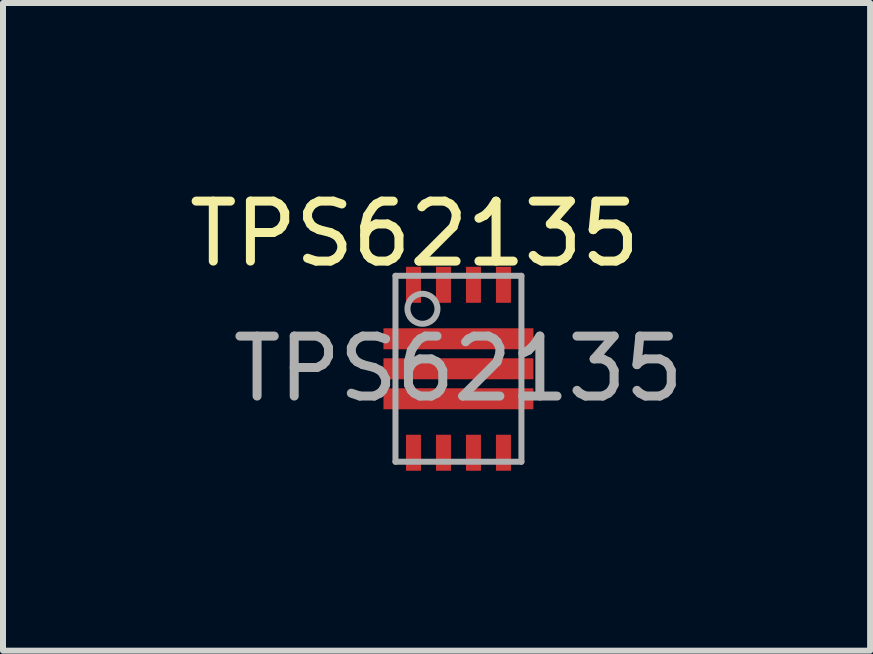
<source format=kicad_pcb>
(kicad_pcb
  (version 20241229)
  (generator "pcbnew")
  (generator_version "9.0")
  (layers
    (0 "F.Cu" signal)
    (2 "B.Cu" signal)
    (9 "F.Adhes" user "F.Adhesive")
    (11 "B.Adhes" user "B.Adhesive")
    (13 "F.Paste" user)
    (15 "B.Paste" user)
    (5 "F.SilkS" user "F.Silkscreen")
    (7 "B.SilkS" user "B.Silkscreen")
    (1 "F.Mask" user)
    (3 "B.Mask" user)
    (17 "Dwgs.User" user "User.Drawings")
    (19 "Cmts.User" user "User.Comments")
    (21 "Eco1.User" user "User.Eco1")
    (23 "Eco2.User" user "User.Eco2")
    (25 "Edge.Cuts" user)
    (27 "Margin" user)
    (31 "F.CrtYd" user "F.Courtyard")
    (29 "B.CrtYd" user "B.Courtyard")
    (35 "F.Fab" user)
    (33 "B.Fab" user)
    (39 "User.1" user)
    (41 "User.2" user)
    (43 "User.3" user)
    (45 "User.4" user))
  (footprint "TPS62135"
    (layer "F.Cu")
    (at 4.593 3.098)
    (property "Reference" "TPS62135" (at -0.73 -2.25 0) (unlocked yes) (layer "F.SilkS") (effects (font (size 1 1) (thickness 0.15))))
    (attr smd)
    (fp_poly (pts (xy -0.53 -0.575) (xy -0.53 -0.425) (xy -0.531 -0.415) (xy -0.534 -0.406) (xy -0.538 -0.397) (xy -0.545 -0.39) (xy -0.552 -0.383) (xy -0.561 -0.379) (xy -0.57 -0.376) (xy -0.58 -0.375) (xy -1.14 -0.375) (xy -1.15 -0.376) (xy -1.159 -0.379) (xy -1.168 -0.383) (xy -1.175 -0.39) (xy -1.182 -0.397) (xy -1.186 -0.406) (xy -1.189 -0.415) (xy -1.19 -0.425) (xy -1.19 -0.575) (xy -1.189 -0.585) (xy -1.186 -0.594) (xy -1.182 -0.603) (xy -1.175 -0.61) (xy -1.168 -0.617) (xy -1.159 -0.621) (xy -1.15 -0.624) (xy -1.14 -0.625) (xy -0.58 -0.625) (xy -0.57 -0.624) (xy -0.561 -0.621) (xy -0.552 -0.617) (xy -0.545 -0.61) (xy -0.538 -0.603) (xy -0.534 -0.594) (xy -0.531 -0.585)) (stroke (width 0) (type solid)) (fill yes) (layer "F.Paste"))
    (fp_poly (pts (xy -0.53 -0.075) (xy -0.53 0.075) (xy -0.531 0.085) (xy -0.534 0.094) (xy -0.538 0.103) (xy -0.545 0.11) (xy -0.552 0.117) (xy -0.561 0.121) (xy -0.57 0.124) (xy -0.58 0.125) (xy -1.14 0.125) (xy -1.15 0.124) (xy -1.159 0.121) (xy -1.168 0.117) (xy -1.175 0.11) (xy -1.182 0.103) (xy -1.186 0.094) (xy -1.189 0.085) (xy -1.19 0.075) (xy -1.19 -0.075) (xy -1.189 -0.085) (xy -1.186 -0.094) (xy -1.182 -0.103) (xy -1.175 -0.11) (xy -1.168 -0.117) (xy -1.159 -0.121) (xy -1.15 -0.124) (xy -1.14 -0.125) (xy -0.58 -0.125) (xy -0.57 -0.124) (xy -0.561 -0.121) (xy -0.552 -0.117) (xy -0.545 -0.11) (xy -0.538 -0.103) (xy -0.534 -0.094) (xy -0.531 -0.085)) (stroke (width 0) (type solid)) (fill yes) (layer "F.Paste"))
    (fp_poly (pts (xy -0.53 0.425) (xy -0.53 0.575) (xy -0.531 0.585) (xy -0.534 0.594) (xy -0.538 0.603) (xy -0.545 0.61) (xy -0.552 0.617) (xy -0.561 0.621) (xy -0.57 0.624) (xy -0.58 0.625) (xy -1.14 0.625) (xy -1.15 0.624) (xy -1.159 0.621) (xy -1.168 0.617) (xy -1.175 0.61) (xy -1.182 0.603) (xy -1.186 0.594) (xy -1.189 0.585) (xy -1.19 0.575) (xy -1.19 0.425) (xy -1.189 0.415) (xy -1.186 0.406) (xy -1.182 0.397) (xy -1.175 0.39) (xy -1.168 0.383) (xy -1.159 0.379) (xy -1.15 0.376) (xy -1.14 0.375) (xy -0.58 0.375) (xy -0.57 0.376) (xy -0.561 0.379) (xy -0.552 0.383) (xy -0.545 0.39) (xy -0.538 0.397) (xy -0.534 0.406) (xy -0.531 0.415)) (stroke (width 0) (type solid)) (fill yes) (layer "F.Paste"))
    (fp_poly (pts (xy 0.33 -0.575) (xy 0.33 -0.425) (xy 0.329 -0.415) (xy 0.326 -0.406) (xy 0.322 -0.397) (xy 0.315 -0.39) (xy 0.308 -0.383) (xy 0.299 -0.379) (xy 0.29 -0.376) (xy 0.28 -0.375) (xy -0.28 -0.375) (xy -0.29 -0.376) (xy -0.299 -0.379) (xy -0.308 -0.383) (xy -0.315 -0.39) (xy -0.322 -0.397) (xy -0.326 -0.406) (xy -0.329 -0.415) (xy -0.33 -0.425) (xy -0.33 -0.575) (xy -0.329 -0.585) (xy -0.326 -0.594) (xy -0.322 -0.603) (xy -0.315 -0.61) (xy -0.308 -0.617) (xy -0.299 -0.621) (xy -0.29 -0.624) (xy -0.28 -0.625) (xy 0.28 -0.625) (xy 0.29 -0.624) (xy 0.299 -0.621) (xy 0.308 -0.617) (xy 0.315 -0.61) (xy 0.322 -0.603) (xy 0.326 -0.594) (xy 0.329 -0.585)) (stroke (width 0) (type solid)) (fill yes) (layer "F.Paste"))
    (fp_poly (pts (xy 0.33 -0.075) (xy 0.33 0.075) (xy 0.329 0.085) (xy 0.326 0.094) (xy 0.322 0.103) (xy 0.315 0.11) (xy 0.308 0.117) (xy 0.299 0.121) (xy 0.29 0.124) (xy 0.28 0.125) (xy -0.28 0.125) (xy -0.29 0.124) (xy -0.299 0.121) (xy -0.308 0.117) (xy -0.315 0.11) (xy -0.322 0.103) (xy -0.326 0.094) (xy -0.329 0.085) (xy -0.33 0.075) (xy -0.33 -0.075) (xy -0.329 -0.085) (xy -0.326 -0.094) (xy -0.322 -0.103) (xy -0.315 -0.11) (xy -0.308 -0.117) (xy -0.299 -0.121) (xy -0.29 -0.124) (xy -0.28 -0.125) (xy 0.28 -0.125) (xy 0.29 -0.124) (xy 0.299 -0.121) (xy 0.308 -0.117) (xy 0.315 -0.11) (xy 0.322 -0.103) (xy 0.326 -0.094) (xy 0.329 -0.085)) (stroke (width 0) (type solid)) (fill yes) (layer "F.Paste"))
    (fp_poly (pts (xy 0.33 0.425) (xy 0.33 0.575) (xy 0.329 0.585) (xy 0.326 0.594) (xy 0.322 0.603) (xy 0.315 0.61) (xy 0.308 0.617) (xy 0.299 0.621) (xy 0.29 0.624) (xy 0.28 0.625) (xy -0.28 0.625) (xy -0.29 0.624) (xy -0.299 0.621) (xy -0.308 0.617) (xy -0.315 0.61) (xy -0.322 0.603) (xy -0.326 0.594) (xy -0.329 0.585) (xy -0.33 0.575) (xy -0.33 0.425) (xy -0.329 0.415) (xy -0.326 0.406) (xy -0.322 0.397) (xy -0.315 0.39) (xy -0.308 0.383) (xy -0.299 0.379) (xy -0.29 0.376) (xy -0.28 0.375) (xy 0.28 0.375) (xy 0.29 0.376) (xy 0.299 0.379) (xy 0.308 0.383) (xy 0.315 0.39) (xy 0.322 0.397) (xy 0.326 0.406) (xy 0.329 0.415)) (stroke (width 0) (type solid)) (fill yes) (layer "F.Paste"))
    (fp_poly (pts (xy 0.53 -0.425) (xy 0.53 -0.575) (xy 0.531 -0.585) (xy 0.534 -0.594) (xy 0.538 -0.603) (xy 0.545 -0.61) (xy 0.552 -0.617) (xy 0.561 -0.621) (xy 0.57 -0.624) (xy 0.58 -0.625) (xy 1.14 -0.625) (xy 1.15 -0.624) (xy 1.159 -0.621) (xy 1.168 -0.617) (xy 1.175 -0.61) (xy 1.182 -0.603) (xy 1.186 -0.594) (xy 1.189 -0.585) (xy 1.19 -0.575) (xy 1.19 -0.425) (xy 1.189 -0.415) (xy 1.186 -0.406) (xy 1.182 -0.397) (xy 1.175 -0.39) (xy 1.168 -0.383) (xy 1.159 -0.379) (xy 1.15 -0.376) (xy 1.14 -0.375) (xy 0.58 -0.375) (xy 0.57 -0.376) (xy 0.561 -0.379) (xy 0.552 -0.383) (xy 0.545 -0.39) (xy 0.538 -0.397) (xy 0.534 -0.406) (xy 0.531 -0.415)) (stroke (width 0) (type solid)) (fill yes) (layer "F.Paste"))
    (fp_poly (pts (xy 0.53 0.075) (xy 0.53 -0.075) (xy 0.531 -0.085) (xy 0.534 -0.094) (xy 0.538 -0.103) (xy 0.545 -0.11) (xy 0.552 -0.117) (xy 0.561 -0.121) (xy 0.57 -0.124) (xy 0.58 -0.125) (xy 1.14 -0.125) (xy 1.15 -0.124) (xy 1.159 -0.121) (xy 1.168 -0.117) (xy 1.175 -0.11) (xy 1.182 -0.103) (xy 1.186 -0.094) (xy 1.189 -0.085) (xy 1.19 -0.075) (xy 1.19 0.075) (xy 1.189 0.085) (xy 1.186 0.094) (xy 1.182 0.103) (xy 1.175 0.11) (xy 1.168 0.117) (xy 1.159 0.121) (xy 1.15 0.124) (xy 1.14 0.125) (xy 0.58 0.125) (xy 0.57 0.124) (xy 0.561 0.121) (xy 0.552 0.117) (xy 0.545 0.11) (xy 0.538 0.103) (xy 0.534 0.094) (xy 0.531 0.085)) (stroke (width 0) (type solid)) (fill yes) (layer "F.Paste"))
    (fp_poly (pts (xy 0.53 0.575) (xy 0.53 0.425) (xy 0.531 0.415) (xy 0.534 0.406) (xy 0.538 0.397) (xy 0.545 0.39) (xy 0.552 0.383) (xy 0.561 0.379) (xy 0.57 0.376) (xy 0.58 0.375) (xy 1.14 0.375) (xy 1.15 0.376) (xy 1.159 0.379) (xy 1.168 0.383) (xy 1.175 0.39) (xy 1.182 0.397) (xy 1.186 0.406) (xy 1.189 0.415) (xy 1.19 0.425) (xy 1.19 0.575) (xy 1.189 0.585) (xy 1.186 0.594) (xy 1.182 0.603) (xy 1.175 0.61) (xy 1.168 0.617) (xy 1.159 0.621) (xy 1.15 0.624) (xy 1.14 0.625) (xy 0.58 0.625) (xy 0.57 0.624) (xy 0.561 0.621) (xy 0.552 0.617) (xy 0.545 0.61) (xy 0.538 0.603) (xy 0.534 0.594) (xy 0.531 0.585)) (stroke (width 0) (type solid)) (fill yes) (layer "F.Paste"))
    (fp_line (start -1.05 -1.55) (end 1.05 -1.55) (stroke (width 0.1) (type solid)) (layer "F.Fab"))
    (fp_line (start -1.05 1.55) (end -1.05 -1.55) (stroke (width 0.1) (type solid)) (layer "F.Fab"))
    (fp_line (start -1.05 1.55) (end 1.05 1.55) (stroke (width 0.1) (type solid)) (layer "F.Fab"))
    (fp_line (start 1.05 1.55) (end 1.05 -1.55) (stroke (width 0.1) (type solid)) (layer "F.Fab"))
    (fp_circle (center -0.6 -1) (end -0.35 -1) (stroke (width 0.1) (type solid)) (fill no) (layer "F.Fab"))
    (fp_text user "${REFERENCE}" (at 0 0 0) (unlocked yes) (layer "F.Fab") (effects (font (size 1 1) (thickness 0.15))))
    (pad "1" smd rect (at 0 -0.5 90) (size 0.35 2.5) (layers "F.Cu" "F.Mask"))
    (pad "2" smd rect (at 0 0 90) (size 0.35 2.5) (layers "F.Cu" "F.Mask"))
    (pad "3" smd rect (at 0 0.5 90) (size 0.35 2.5) (layers "F.Cu" "F.Mask"))
    (pad "4" smd rect (at -0.75 1.4) (size 0.25 0.6) (layers "F.Cu" "F.Mask" "F.Paste"))
    (pad "5" smd rect (at -0.25 1.4) (size 0.25 0.6) (layers "F.Cu" "F.Mask" "F.Paste"))
    (pad "6" smd rect (at 0.25 1.4) (size 0.25 0.6) (layers "F.Cu" "F.Mask" "F.Paste"))
    (pad "7" smd rect (at 0.75 1.4) (size 0.25 0.6) (layers "F.Cu" "F.Mask" "F.Paste"))
    (pad "8" smd rect (at 0.75 -1.4) (size 0.25 0.6) (layers "F.Cu" "F.Mask" "F.Paste"))
    (pad "9" smd rect (at 0.25 -1.4) (size 0.25 0.6) (layers "F.Cu" "F.Mask" "F.Paste"))
    (pad "10" smd rect (at -0.25 -1.4) (size 0.25 0.6) (layers "F.Cu" "F.Mask" "F.Paste"))
    (pad "11" smd rect (at -0.75 -1.4) (size 0.25 0.6) (layers "F.Cu" "F.Mask" "F.Paste")))
  (gr_rect
    (start -3 -3)
    (end 11.456 7.798)
    (stroke (width 0.1) (type default))
    (fill no)
    (layer "Edge.Cuts")))
</source>
